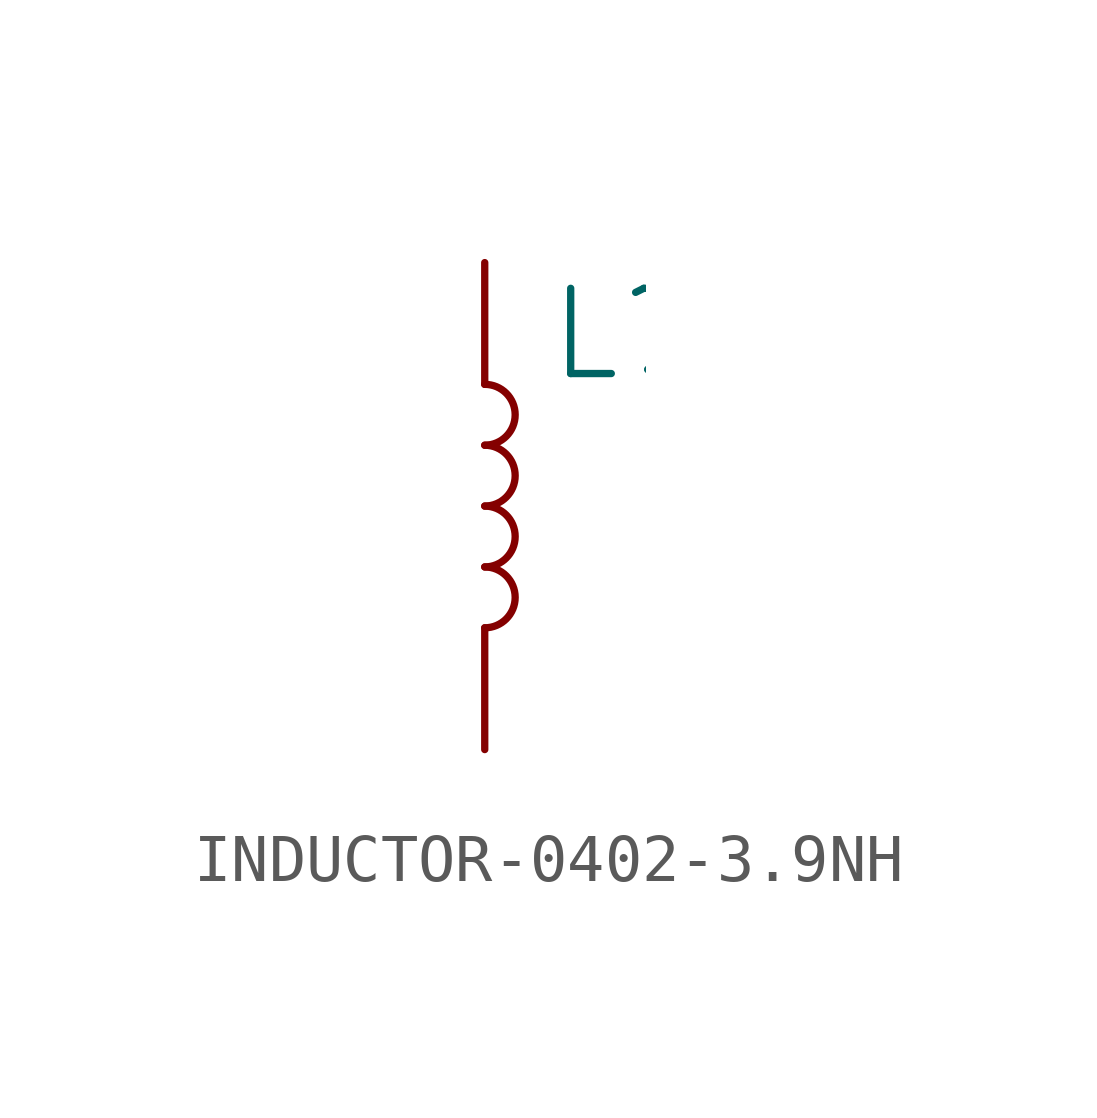
<source format=kicad_sym>
(kicad_symbol_lib
  (version 20220914)
  (generator kicad_symbol_editor)
  (symbol "INDUCTOR-0402-3.9NH"
    (property "Reference" "L"
      (at 1.27 2.54 0)
      (effects (font (size 1.778 1.778)) (justify left bottom)))
    (property "Value" ""
      (at 1.27 -2.54 0)
      (effects (font (size 1.778 1.778)) (justify left top)))
    (property "ki_locked" ""
      (at 0 0 0)
      (effects (font (size 1.27 1.27))))
    (symbol "INDUCTOR-0402-3.9NH_1_0"
      (arc (start 0 -2.54) (mid 0.6323 -1.905) (end 0 -1.27) (stroke (width 0.1524) (type solid)) (fill (type none)))
      (arc (start 0 -1.27) (mid 0.6323 -0.635) (end 0 0) (stroke (width 0.1524) (type solid)) (fill (type none)))
      (arc (start 0 0) (mid 0.6323 0.635) (end 0 1.27) (stroke (width 0.1524) (type solid)) (fill (type none)))
      (arc (start 0 1.27) (mid 0.6323 1.905) (end 0 2.54) (stroke (width 0.1524) (type solid)) (fill (type none)))
      (pin passive line (at 0 5.08 270) (length 2.54) (name "1" (effects (font (size 0 0)))) (number "1" (effects (font (size 0 0)))))
      (pin passive line (at 0 -5.08 90) (length 2.54) (name "2" (effects (font (size 0 0)))) (number "2" (effects (font (size 0 0))))))))
</source>
